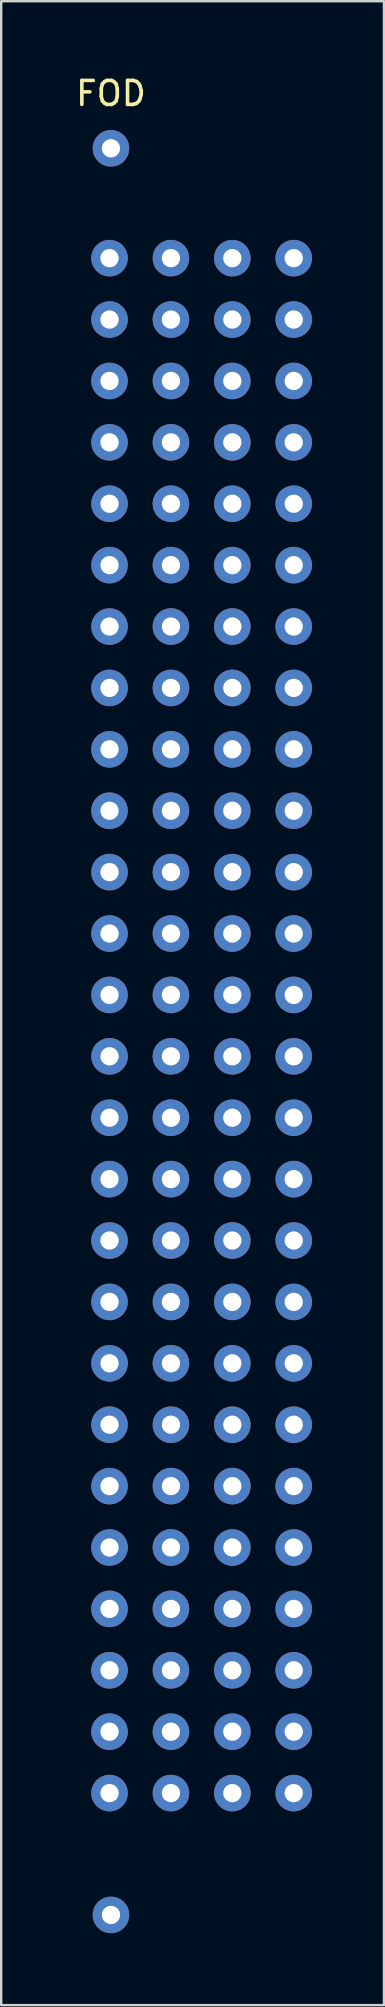
<source format=kicad_pcb>
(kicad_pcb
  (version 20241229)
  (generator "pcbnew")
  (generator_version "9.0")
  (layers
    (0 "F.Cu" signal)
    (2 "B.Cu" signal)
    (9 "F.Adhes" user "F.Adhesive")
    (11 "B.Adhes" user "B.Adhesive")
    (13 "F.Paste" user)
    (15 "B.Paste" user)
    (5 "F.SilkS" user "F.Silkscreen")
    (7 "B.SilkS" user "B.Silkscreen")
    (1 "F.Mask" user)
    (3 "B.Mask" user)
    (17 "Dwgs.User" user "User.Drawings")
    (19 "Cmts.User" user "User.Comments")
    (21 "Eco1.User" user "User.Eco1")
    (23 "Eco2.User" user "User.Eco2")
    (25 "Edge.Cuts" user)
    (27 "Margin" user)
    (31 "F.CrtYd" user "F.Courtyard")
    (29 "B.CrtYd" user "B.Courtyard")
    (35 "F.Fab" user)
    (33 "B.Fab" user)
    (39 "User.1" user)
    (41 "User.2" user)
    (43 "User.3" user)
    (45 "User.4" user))
  (footprint "FOD"
    (layer "F.Cu")
    (at 1.577 76.794)
    (property "Reference" "FOD" (at 0 -75.946 0) (layer "F.SilkS") (effects (font (size 1 1) (thickness 0.15))))
    (attr through_hole)
    (pad "" np_thru_hole circle (at 0 -73.66) (size 1.524 1.524) (drill 0.762) (layers "*.Cu" "*.Mask"))
    (pad "" np_thru_hole circle (at 0 0) (size 1.524 1.524) (drill 0.762) (layers "*.Cu" "*.Mask"))
    (pad "1" thru_hole circle (at 7.62 -5.08) (size 1.524 1.524) (drill 0.762) (layers "*.Cu" "*.Mask"))
    (pad "2" thru_hole circle (at 5.06 -5.08) (size 1.524 1.524) (drill 0.762) (layers "*.Cu" "*.Mask"))
    (pad "3" thru_hole circle (at 7.62 -7.64) (size 1.524 1.524) (drill 0.762) (layers "*.Cu" "*.Mask"))
    (pad "4" thru_hole circle (at 5.06 -7.64) (size 1.524 1.524) (drill 0.762) (layers "*.Cu" "*.Mask"))
    (pad "5" thru_hole circle (at 7.62 -10.2) (size 1.524 1.524) (drill 0.762) (layers "*.Cu" "*.Mask"))
    (pad "6" thru_hole circle (at 5.06 -10.2) (size 1.524 1.524) (drill 0.762) (layers "*.Cu" "*.Mask"))
    (pad "7" thru_hole circle (at 7.62 -12.76) (size 1.524 1.524) (drill 0.762) (layers "*.Cu" "*.Mask"))
    (pad "8" thru_hole circle (at 5.06 -12.76) (size 1.524 1.524) (drill 0.762) (layers "*.Cu" "*.Mask"))
    (pad "9" thru_hole circle (at 7.62 -15.32) (size 1.524 1.524) (drill 0.762) (layers "*.Cu" "*.Mask"))
    (pad "10" thru_hole circle (at 5.06 -15.32) (size 1.524 1.524) (drill 0.762) (layers "*.Cu" "*.Mask"))
    (pad "11" thru_hole circle (at 7.62 -17.88) (size 1.524 1.524) (drill 0.762) (layers "*.Cu" "*.Mask"))
    (pad "12" thru_hole circle (at 5.06 -17.88) (size 1.524 1.524) (drill 0.762) (layers "*.Cu" "*.Mask"))
    (pad "13" thru_hole circle (at 7.62 -20.44) (size 1.524 1.524) (drill 0.762) (layers "*.Cu" "*.Mask"))
    (pad "14" thru_hole circle (at 5.06 -20.44) (size 1.524 1.524) (drill 0.762) (layers "*.Cu" "*.Mask"))
    (pad "15" thru_hole circle (at 7.62 -23) (size 1.524 1.524) (drill 0.762) (layers "*.Cu" "*.Mask"))
    (pad "16" thru_hole circle (at 5.06 -23) (size 1.524 1.524) (drill 0.762) (layers "*.Cu" "*.Mask"))
    (pad "17" thru_hole circle (at 7.62 -25.56) (size 1.524 1.524) (drill 0.762) (layers "*.Cu" "*.Mask"))
    (pad "18" thru_hole circle (at 5.06 -25.56) (size 1.524 1.524) (drill 0.762) (layers "*.Cu" "*.Mask"))
    (pad "19" thru_hole circle (at 7.62 -28.12) (size 1.524 1.524) (drill 0.762) (layers "*.Cu" "*.Mask"))
    (pad "20" thru_hole circle (at 5.06 -28.12) (size 1.524 1.524) (drill 0.762) (layers "*.Cu" "*.Mask"))
    (pad "21" thru_hole circle (at 7.62 -30.68) (size 1.524 1.524) (drill 0.762) (layers "*.Cu" "*.Mask"))
    (pad "22" thru_hole circle (at 5.06 -30.68) (size 1.524 1.524) (drill 0.762) (layers "*.Cu" "*.Mask"))
    (pad "23" thru_hole circle (at 7.62 -33.24) (size 1.524 1.524) (drill 0.762) (layers "*.Cu" "*.Mask"))
    (pad "24" thru_hole circle (at 5.06 -33.24) (size 1.524 1.524) (drill 0.762) (layers "*.Cu" "*.Mask"))
    (pad "25" thru_hole circle (at 7.62 -35.8) (size 1.524 1.524) (drill 0.762) (layers "*.Cu" "*.Mask"))
    (pad "26" thru_hole circle (at 5.06 -35.8) (size 1.524 1.524) (drill 0.762) (layers "*.Cu" "*.Mask"))
    (pad "27" thru_hole circle (at 7.62 -38.36) (size 1.524 1.524) (drill 0.762) (layers "*.Cu" "*.Mask"))
    (pad "28" thru_hole circle (at 5.06 -38.36) (size 1.524 1.524) (drill 0.762) (layers "*.Cu" "*.Mask"))
    (pad "29" thru_hole circle (at 7.62 -40.92) (size 1.524 1.524) (drill 0.762) (layers "*.Cu" "*.Mask"))
    (pad "30" thru_hole circle (at 5.06 -40.92) (size 1.524 1.524) (drill 0.762) (layers "*.Cu" "*.Mask"))
    (pad "31" thru_hole circle (at 7.62 -43.48) (size 1.524 1.524) (drill 0.762) (layers "*.Cu" "*.Mask"))
    (pad "32" thru_hole circle (at 5.06 -43.48) (size 1.524 1.524) (drill 0.762) (layers "*.Cu" "*.Mask"))
    (pad "33" thru_hole circle (at 7.62 -46.04) (size 1.524 1.524) (drill 0.762) (layers "*.Cu" "*.Mask"))
    (pad "34" thru_hole circle (at 5.06 -46.04) (size 1.524 1.524) (drill 0.762) (layers "*.Cu" "*.Mask"))
    (pad "35" thru_hole circle (at 7.62 -48.6) (size 1.524 1.524) (drill 0.762) (layers "*.Cu" "*.Mask"))
    (pad "36" thru_hole circle (at 5.06 -48.6) (size 1.524 1.524) (drill 0.762) (layers "*.Cu" "*.Mask"))
    (pad "37" thru_hole circle (at 7.62 -51.16) (size 1.524 1.524) (drill 0.762) (layers "*.Cu" "*.Mask"))
    (pad "38" thru_hole circle (at 5.06 -51.16) (size 1.524 1.524) (drill 0.762) (layers "*.Cu" "*.Mask"))
    (pad "39" thru_hole circle (at 7.62 -53.72) (size 1.524 1.524) (drill 0.762) (layers "*.Cu" "*.Mask"))
    (pad "40" thru_hole circle (at 5.06 -53.72) (size 1.524 1.524) (drill 0.762) (layers "*.Cu" "*.Mask"))
    (pad "41" thru_hole circle (at 7.62 -56.28) (size 1.524 1.524) (drill 0.762) (layers "*.Cu" "*.Mask"))
    (pad "42" thru_hole circle (at 5.06 -56.28) (size 1.524 1.524) (drill 0.762) (layers "*.Cu" "*.Mask"))
    (pad "43" thru_hole circle (at 7.62 -58.84) (size 1.524 1.524) (drill 0.762) (layers "*.Cu" "*.Mask"))
    (pad "44" thru_hole circle (at 5.06 -58.84) (size 1.524 1.524) (drill 0.762) (layers "*.Cu" "*.Mask"))
    (pad "45" thru_hole circle (at 7.62 -61.4) (size 1.524 1.524) (drill 0.762) (layers "*.Cu" "*.Mask"))
    (pad "46" thru_hole circle (at 5.06 -61.4) (size 1.524 1.524) (drill 0.762) (layers "*.Cu" "*.Mask"))
    (pad "47" thru_hole circle (at 7.62 -63.96) (size 1.524 1.524) (drill 0.762) (layers "*.Cu" "*.Mask"))
    (pad "48" thru_hole circle (at 5.06 -63.96) (size 1.524 1.524) (drill 0.762) (layers "*.Cu" "*.Mask"))
    (pad "49" thru_hole circle (at 7.62 -66.52) (size 1.524 1.524) (drill 0.762) (layers "*.Cu" "*.Mask"))
    (pad "50" thru_hole circle (at 5.06 -66.52) (size 1.524 1.524) (drill 0.762) (layers "*.Cu" "*.Mask"))
    (pad "51" thru_hole circle (at 7.62 -69.08) (size 1.524 1.524) (drill 0.762) (layers "*.Cu" "*.Mask"))
    (pad "52" thru_hole circle (at 5.06 -69.08) (size 1.524 1.524) (drill 0.762) (layers "*.Cu" "*.Mask"))
    (pad "53" thru_hole circle (at 2.5 -5.08) (size 1.524 1.524) (drill 0.762) (layers "*.Cu" "*.Mask"))
    (pad "54" thru_hole circle (at -0.06 -5.08) (size 1.524 1.524) (drill 0.762) (layers "*.Cu" "*.Mask"))
    (pad "55" thru_hole circle (at 2.5 -7.64) (size 1.524 1.524) (drill 0.762) (layers "*.Cu" "*.Mask"))
    (pad "56" thru_hole circle (at -0.06 -7.64) (size 1.524 1.524) (drill 0.762) (layers "*.Cu" "*.Mask"))
    (pad "57" thru_hole circle (at 2.5 -10.2 90) (size 1.524 1.524) (drill 0.762) (layers "*.Cu" "*.Mask"))
    (pad "58" thru_hole circle (at -0.06 -10.2) (size 1.524 1.524) (drill 0.762) (layers "*.Cu" "*.Mask"))
    (pad "59" thru_hole circle (at 2.5 -12.76) (size 1.524 1.524) (drill 0.762) (layers "*.Cu" "*.Mask"))
    (pad "60" thru_hole circle (at -0.06 -12.76) (size 1.524 1.524) (drill 0.762) (layers "*.Cu" "*.Mask"))
    (pad "61" thru_hole circle (at 2.5 -15.32) (size 1.524 1.524) (drill 0.762) (layers "*.Cu" "*.Mask"))
    (pad "62" thru_hole circle (at -0.06 -15.32) (size 1.524 1.524) (drill 0.762) (layers "*.Cu" "*.Mask"))
    (pad "63" thru_hole circle (at 2.5 -17.88) (size 1.524 1.524) (drill 0.762) (layers "*.Cu" "*.Mask"))
    (pad "64" thru_hole circle (at -0.06 -17.88) (size 1.524 1.524) (drill 0.762) (layers "*.Cu" "*.Mask"))
    (pad "65" thru_hole circle (at 2.5 -20.44) (size 1.524 1.524) (drill 0.762) (layers "*.Cu" "*.Mask"))
    (pad "66" thru_hole circle (at -0.06 -20.44) (size 1.524 1.524) (drill 0.762) (layers "*.Cu" "*.Mask"))
    (pad "67" thru_hole circle (at 2.5 -23) (size 1.524 1.524) (drill 0.762) (layers "*.Cu" "*.Mask"))
    (pad "68" thru_hole circle (at -0.06 -23) (size 1.524 1.524) (drill 0.762) (layers "*.Cu" "*.Mask"))
    (pad "69" thru_hole circle (at 2.5 -25.56) (size 1.524 1.524) (drill 0.762) (layers "*.Cu" "*.Mask"))
    (pad "70" thru_hole circle (at -0.06 -25.56) (size 1.524 1.524) (drill 0.762) (layers "*.Cu" "*.Mask"))
    (pad "71" thru_hole circle (at 2.5 -28.12) (size 1.524 1.524) (drill 0.762) (layers "*.Cu" "*.Mask"))
    (pad "72" thru_hole circle (at -0.06 -28.12) (size 1.524 1.524) (drill 0.762) (layers "*.Cu" "*.Mask"))
    (pad "73" thru_hole circle (at 2.5 -30.68) (size 1.524 1.524) (drill 0.762) (layers "*.Cu" "*.Mask"))
    (pad "74" thru_hole circle (at -0.06 -30.68) (size 1.524 1.524) (drill 0.762) (layers "*.Cu" "*.Mask"))
    (pad "75" thru_hole circle (at 2.5 -33.24) (size 1.524 1.524) (drill 0.762) (layers "*.Cu" "*.Mask"))
    (pad "76" thru_hole circle (at -0.06 -33.24) (size 1.524 1.524) (drill 0.762) (layers "*.Cu" "*.Mask"))
    (pad "77" thru_hole circle (at 2.5 -35.8) (size 1.524 1.524) (drill 0.762) (layers "*.Cu" "*.Mask"))
    (pad "78" thru_hole circle (at -0.06 -35.8) (size 1.524 1.524) (drill 0.762) (layers "*.Cu" "*.Mask"))
    (pad "79" thru_hole circle (at 2.5 -38.36) (size 1.524 1.524) (drill 0.762) (layers "*.Cu" "*.Mask"))
    (pad "80" thru_hole circle (at -0.06 -38.36) (size 1.524 1.524) (drill 0.762) (layers "*.Cu" "*.Mask"))
    (pad "81" thru_hole circle (at 2.5 -40.92) (size 1.524 1.524) (drill 0.762) (layers "*.Cu" "*.Mask"))
    (pad "82" thru_hole circle (at -0.06 -40.92) (size 1.524 1.524) (drill 0.762) (layers "*.Cu" "*.Mask"))
    (pad "83" thru_hole circle (at 2.5 -43.48) (size 1.524 1.524) (drill 0.762) (layers "*.Cu" "*.Mask"))
    (pad "84" thru_hole circle (at -0.06 -43.48) (size 1.524 1.524) (drill 0.762) (layers "*.Cu" "*.Mask"))
    (pad "85" thru_hole circle (at 2.5 -46.04) (size 1.524 1.524) (drill 0.762) (layers "*.Cu" "*.Mask"))
    (pad "86" thru_hole circle (at -0.06 -46.04) (size 1.524 1.524) (drill 0.762) (layers "*.Cu" "*.Mask"))
    (pad "87" thru_hole circle (at 2.5 -48.6) (size 1.524 1.524) (drill 0.762) (layers "*.Cu" "*.Mask"))
    (pad "88" thru_hole circle (at -0.06 -48.6) (size 1.524 1.524) (drill 0.762) (layers "*.Cu" "*.Mask"))
    (pad "89" thru_hole circle (at 2.5 -51.16) (size 1.524 1.524) (drill 0.762) (layers "*.Cu" "*.Mask"))
    (pad "90" thru_hole circle (at -0.06 -51.16) (size 1.524 1.524) (drill 0.762) (layers "*.Cu" "*.Mask"))
    (pad "91" thru_hole circle (at 2.5 -53.72) (size 1.524 1.524) (drill 0.762) (layers "*.Cu" "*.Mask"))
    (pad "92" thru_hole circle (at -0.06 -53.72) (size 1.524 1.524) (drill 0.762) (layers "*.Cu" "*.Mask"))
    (pad "93" thru_hole circle (at 2.5 -56.28) (size 1.524 1.524) (drill 0.762) (layers "*.Cu" "*.Mask"))
    (pad "94" thru_hole circle (at -0.06 -56.28) (size 1.524 1.524) (drill 0.762) (layers "*.Cu" "*.Mask"))
    (pad "95" thru_hole circle (at 2.5 -58.84) (size 1.524 1.524) (drill 0.762) (layers "*.Cu" "*.Mask"))
    (pad "96" thru_hole circle (at -0.06 -58.84) (size 1.524 1.524) (drill 0.762) (layers "*.Cu" "*.Mask"))
    (pad "97" thru_hole circle (at 2.5 -61.4) (size 1.524 1.524) (drill 0.762) (layers "*.Cu" "*.Mask"))
    (pad "98" thru_hole circle (at -0.06 -61.4) (size 1.524 1.524) (drill 0.762) (layers "*.Cu" "*.Mask"))
    (pad "99" thru_hole circle (at 2.5 -63.96) (size 1.524 1.524) (drill 0.762) (layers "*.Cu" "*.Mask"))
    (pad "100" thru_hole circle (at -0.06 -63.96) (size 1.524 1.524) (drill 0.762) (layers "*.Cu" "*.Mask"))
    (pad "101" thru_hole circle (at 2.5 -66.52) (size 1.524 1.524) (drill 0.762) (layers "*.Cu" "*.Mask"))
    (pad "102" thru_hole circle (at -0.06 -66.52) (size 1.524 1.524) (drill 0.762) (layers "*.Cu" "*.Mask"))
    (pad "103" thru_hole circle (at 2.5 -69.08) (size 1.524 1.524) (drill 0.762) (layers "*.Cu" "*.Mask"))
    (pad "104" thru_hole circle (at -0.06 -69.08) (size 1.524 1.524) (drill 0.762) (layers "*.Cu" "*.Mask")))
  (gr_rect
    (start -3 -3)
    (end 12.959 80.556)
    (stroke (width 0.1) (type default))
    (fill no)
    (layer "Edge.Cuts")))
</source>
